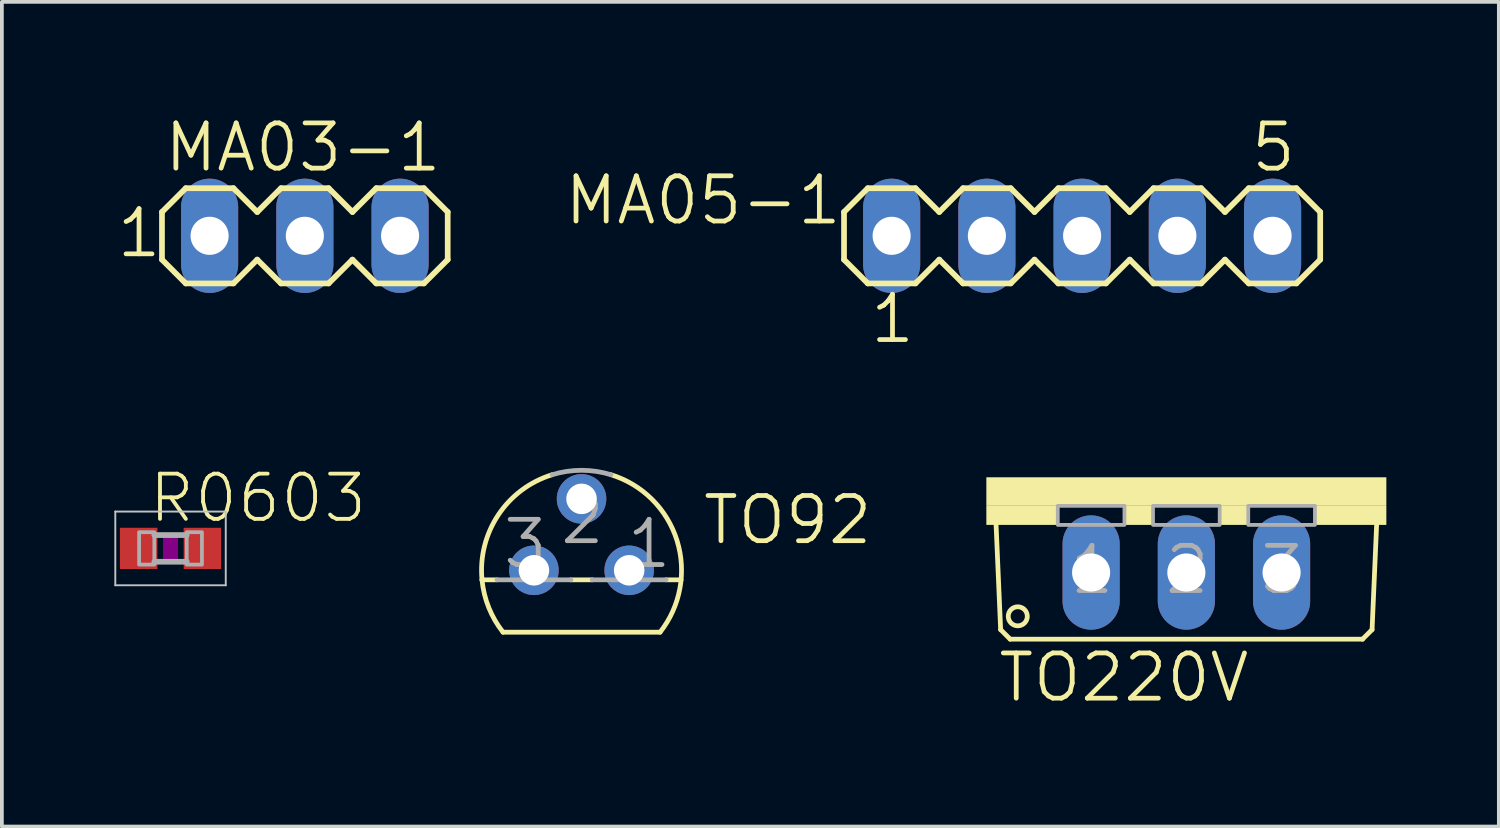
<source format=kicad_pcb>
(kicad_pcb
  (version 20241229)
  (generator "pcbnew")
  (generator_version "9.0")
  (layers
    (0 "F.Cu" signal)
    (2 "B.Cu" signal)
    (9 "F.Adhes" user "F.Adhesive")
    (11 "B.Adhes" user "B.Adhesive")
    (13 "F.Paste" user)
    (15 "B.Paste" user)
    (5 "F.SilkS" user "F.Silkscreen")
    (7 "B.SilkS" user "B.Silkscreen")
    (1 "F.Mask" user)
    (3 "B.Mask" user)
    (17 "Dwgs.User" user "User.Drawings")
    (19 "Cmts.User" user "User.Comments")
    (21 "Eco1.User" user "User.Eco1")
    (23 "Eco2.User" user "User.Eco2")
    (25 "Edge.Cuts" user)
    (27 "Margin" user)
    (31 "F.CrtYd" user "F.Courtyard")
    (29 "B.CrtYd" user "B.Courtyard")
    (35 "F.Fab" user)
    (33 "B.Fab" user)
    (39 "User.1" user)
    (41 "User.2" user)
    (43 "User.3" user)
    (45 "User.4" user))
  (footprint "R0603"
    (layer "F.Cu")
    (at 1.498 11.576)
    (property "Reference" "R0603" (at -0.635 -0.635 0) (layer "F.SilkS") (effects (font (size 1.206 1.206) (thickness 0.102)) (justify left bottom)))
    (attr through_hole)
    (fp_poly (pts (xy -0.2 0.4) (xy 0.2 0.4) (xy 0.2 -0.4) (xy -0.2 -0.4)) (stroke (width 0) (type solid)) (fill yes) (layer "F.Adhes"))
    (fp_line (start -1.473 -0.983) (end 1.473 -0.983) (stroke (width 0.051) (type solid)) (layer "Dwgs.User"))
    (fp_line (start -1.473 0.983) (end -1.473 -0.983) (stroke (width 0.051) (type solid)) (layer "Dwgs.User"))
    (fp_line (start 1.473 -0.983) (end 1.473 0.983) (stroke (width 0.051) (type solid)) (layer "Dwgs.User"))
    (fp_line (start 1.473 0.983) (end -1.473 0.983) (stroke (width 0.051) (type solid)) (layer "Dwgs.User"))
    (fp_line (start -0.432 0.356) (end 0.432 0.356) (stroke (width 0.152) (type solid)) (layer "F.Fab"))
    (fp_line (start 0.432 -0.356) (end -0.432 -0.356) (stroke (width 0.152) (type solid)) (layer "F.Fab"))
    (fp_poly (pts (xy -0.838 0.432) (xy -0.432 0.432) (xy -0.432 -0.432) (xy -0.838 -0.432)) (stroke (width 0.1) (type solid)) (fill no) (layer "F.Fab"))
    (fp_poly (pts (xy 0.432 0.432) (xy 0.838 0.432) (xy 0.838 -0.432) (xy 0.432 -0.432)) (stroke (width 0.1) (type solid)) (fill no) (layer "F.Fab"))
    (pad "1" smd rect (at -0.85 0) (size 1 1.1) (layers "F.Cu" "F.Mask" "F.Paste"))
    (pad "2" smd rect (at 0.85 0) (size 1 1.1) (layers "F.Cu" "F.Mask" "F.Paste")))
  (footprint "TO92"
    (layer "F.Cu")
    (at 12.46 12.16)
    (property "Reference" "TO92" (at 3.175 -0.635 0) (layer "F.SilkS") (effects (font (size 1.206 1.206) (thickness 0.127)) (justify left bottom)))
    (attr through_hole)
    (fp_line (start -2.655 0.254) (end -2.254 0.254) (stroke (width 0.127) (type solid)) (layer "F.SilkS"))
    (fp_line (start -2.095 1.651) (end 2.095 1.651) (stroke (width 0.127) (type solid)) (layer "F.SilkS"))
    (fp_line (start -0.286 0.254) (end 0.286 0.254) (stroke (width 0.127) (type solid)) (layer "F.SilkS"))
    (fp_line (start 2.254 0.254) (end 2.655 0.254) (stroke (width 0.127) (type solid)) (layer "F.SilkS"))
    (fp_arc (start -2.6549 0.254) (mid -2.219001 -1.479566) (end -0.786299 -2.548501) (stroke (width 0.127) (type solid)) (layer "F.SilkS"))
    (fp_arc (start -2.0946 1.651) (mid -2.475347 0.992847) (end -2.654901 0.254) (stroke (width 0.127) (type solid)) (layer "F.SilkS"))
    (fp_arc (start 0.7863 -2.5484) (mid 2.546275 -0.793203) (end 2.094499 1.651) (stroke (width 0.127) (type solid)) (layer "F.SilkS"))
    (fp_line (start -2.254 0.254) (end -0.286 0.254) (stroke (width 0.127) (type solid)) (layer "F.Fab"))
    (fp_line (start 0.286 0.254) (end 2.254 0.254) (stroke (width 0.127) (type solid)) (layer "F.Fab"))
    (fp_arc (start -0.7863 -2.5485) (mid 0 -2.667043) (end 0.7863 -2.5485) (stroke (width 0.127) (type solid)) (layer "F.Fab"))
    (fp_text user "1" (at 1.143 0 0) (layer "F.Fab") (effects (font (size 1.206 1.206) (thickness 0.127)) (justify left bottom)))
    (fp_text user "2" (at -0.635 -0.635 0) (layer "F.Fab") (effects (font (size 1.206 1.206) (thickness 0.127)) (justify left bottom)))
    (fp_text user "3" (at -2.159 0 0) (layer "F.Fab") (effects (font (size 1.206 1.206) (thickness 0.127)) (justify left bottom)))
    (pad "1" thru_hole circle (at 1.27 0) (size 1.321 1.321) (drill 0.813) (layers "*.Cu" "*.Mask"))
    (pad "2" thru_hole circle (at 0 -1.905) (size 1.321 1.321) (drill 0.813) (layers "*.Cu" "*.Mask"))
    (pad "3" thru_hole circle (at -1.27 0) (size 1.321 1.321) (drill 0.813) (layers "*.Cu" "*.Mask")))
  (footprint "MA05-1"
    (layer "F.Cu")
    (at 25.81 3.239)
    (property "Reference" "MA05-1" (at -6.35 -1.651 0) (layer "F.SilkS") (effects (font (size 1.206 1.206) (thickness 0.127)) (justify right top)))
    (attr through_hole)
    (fp_line (start -6.35 -0.635) (end -6.35 0.635) (stroke (width 0.152) (type solid)) (layer "F.SilkS"))
    (fp_line (start -6.35 0.635) (end -5.715 1.27) (stroke (width 0.152) (type solid)) (layer "F.SilkS"))
    (fp_line (start -5.715 -1.27) (end -6.35 -0.635) (stroke (width 0.152) (type solid)) (layer "F.SilkS"))
    (fp_line (start -5.715 -1.27) (end -4.445 -1.27) (stroke (width 0.152) (type solid)) (layer "F.SilkS"))
    (fp_line (start -4.445 -1.27) (end -3.81 -0.635) (stroke (width 0.152) (type solid)) (layer "F.SilkS"))
    (fp_line (start -4.445 1.27) (end -5.715 1.27) (stroke (width 0.152) (type solid)) (layer "F.SilkS"))
    (fp_line (start -3.81 -0.635) (end -3.175 -1.27) (stroke (width 0.152) (type solid)) (layer "F.SilkS"))
    (fp_line (start -3.81 0.635) (end -4.445 1.27) (stroke (width 0.152) (type solid)) (layer "F.SilkS"))
    (fp_line (start -3.175 -1.27) (end -1.905 -1.27) (stroke (width 0.152) (type solid)) (layer "F.SilkS"))
    (fp_line (start -3.175 1.27) (end -3.81 0.635) (stroke (width 0.152) (type solid)) (layer "F.SilkS"))
    (fp_line (start -1.905 -1.27) (end -1.27 -0.635) (stroke (width 0.152) (type solid)) (layer "F.SilkS"))
    (fp_line (start -1.905 1.27) (end -3.175 1.27) (stroke (width 0.152) (type solid)) (layer "F.SilkS"))
    (fp_line (start -1.27 -0.635) (end -0.635 -1.27) (stroke (width 0.152) (type solid)) (layer "F.SilkS"))
    (fp_line (start -1.27 0.635) (end -1.905 1.27) (stroke (width 0.152) (type solid)) (layer "F.SilkS"))
    (fp_line (start -0.635 -1.27) (end 0.635 -1.27) (stroke (width 0.152) (type solid)) (layer "F.SilkS"))
    (fp_line (start -0.635 1.27) (end -1.27 0.635) (stroke (width 0.152) (type solid)) (layer "F.SilkS"))
    (fp_line (start 0.635 -1.27) (end 1.27 -0.635) (stroke (width 0.152) (type solid)) (layer "F.SilkS"))
    (fp_line (start 0.635 1.27) (end -0.635 1.27) (stroke (width 0.152) (type solid)) (layer "F.SilkS"))
    (fp_line (start 1.27 0.635) (end 0.635 1.27) (stroke (width 0.152) (type solid)) (layer "F.SilkS"))
    (fp_line (start 1.27 0.635) (end 1.905 1.27) (stroke (width 0.152) (type solid)) (layer "F.SilkS"))
    (fp_line (start 1.905 -1.27) (end 1.27 -0.635) (stroke (width 0.152) (type solid)) (layer "F.SilkS"))
    (fp_line (start 1.905 -1.27) (end 3.175 -1.27) (stroke (width 0.152) (type solid)) (layer "F.SilkS"))
    (fp_line (start 3.175 -1.27) (end 3.81 -0.635) (stroke (width 0.152) (type solid)) (layer "F.SilkS"))
    (fp_line (start 3.175 1.27) (end 1.905 1.27) (stroke (width 0.152) (type solid)) (layer "F.SilkS"))
    (fp_line (start 3.81 -0.635) (end 4.445 -1.27) (stroke (width 0.152) (type solid)) (layer "F.SilkS"))
    (fp_line (start 3.81 0.635) (end 3.175 1.27) (stroke (width 0.152) (type solid)) (layer "F.SilkS"))
    (fp_line (start 4.445 -1.27) (end 5.715 -1.27) (stroke (width 0.152) (type solid)) (layer "F.SilkS"))
    (fp_line (start 4.445 1.27) (end 3.81 0.635) (stroke (width 0.152) (type solid)) (layer "F.SilkS"))
    (fp_line (start 5.715 -1.27) (end 6.35 -0.635) (stroke (width 0.152) (type solid)) (layer "F.SilkS"))
    (fp_line (start 5.715 1.27) (end 4.445 1.27) (stroke (width 0.152) (type solid)) (layer "F.SilkS"))
    (fp_line (start 6.35 -0.635) (end 6.35 0.635) (stroke (width 0.152) (type solid)) (layer "F.SilkS"))
    (fp_line (start 6.35 0.635) (end 5.715 1.27) (stroke (width 0.152) (type solid)) (layer "F.SilkS"))
    (fp_poly (pts (xy -5.334 0.254) (xy -4.826 0.254) (xy -4.826 -0.254) (xy -5.334 -0.254)) (stroke (width 0.1) (type solid)) (fill no) (layer "F.Fab"))
    (fp_poly (pts (xy -2.794 0.254) (xy -2.286 0.254) (xy -2.286 -0.254) (xy -2.794 -0.254)) (stroke (width 0.1) (type solid)) (fill no) (layer "F.Fab"))
    (fp_poly (pts (xy -0.254 0.254) (xy 0.254 0.254) (xy 0.254 -0.254) (xy -0.254 -0.254)) (stroke (width 0.1) (type solid)) (fill no) (layer "F.Fab"))
    (fp_poly (pts (xy 2.286 0.254) (xy 2.794 0.254) (xy 2.794 -0.254) (xy 2.286 -0.254)) (stroke (width 0.1) (type solid)) (fill no) (layer "F.Fab"))
    (fp_poly (pts (xy 4.826 0.254) (xy 5.334 0.254) (xy 5.334 -0.254) (xy 4.826 -0.254)) (stroke (width 0.1) (type solid)) (fill no) (layer "F.Fab"))
    (fp_text user "1" (at -5.715 2.921 0) (layer "F.SilkS") (effects (font (size 1.206 1.206) (thickness 0.127)) (justify left bottom)))
    (fp_text user "5" (at 4.445 -1.651 0) (layer "F.SilkS") (effects (font (size 1.206 1.206) (thickness 0.127)) (justify left bottom)))
    (pad "1" thru_hole oval (at -5.08 0 90) (size 3.048 1.524) (drill 1.016) (layers "*.Cu" "*.Mask"))
    (pad "2" thru_hole oval (at -2.54 0 90) (size 3.048 1.524) (drill 1.016) (layers "*.Cu" "*.Mask"))
    (pad "3" thru_hole oval (at 0 0 90) (size 3.048 1.524) (drill 1.016) (layers "*.Cu" "*.Mask"))
    (pad "4" thru_hole oval (at 2.54 0 90) (size 3.048 1.524) (drill 1.016) (layers "*.Cu" "*.Mask"))
    (pad "5" thru_hole oval (at 5.08 0 90) (size 3.048 1.524) (drill 1.016) (layers "*.Cu" "*.Mask")))
  (footprint "MA03-1"
    (layer "F.Cu")
    (at 5.08 3.239)
    (property "Reference" "MA03-1" (at -3.81 -1.651 0) (layer "F.SilkS") (effects (font (size 1.206 1.206) (thickness 0.127)) (justify left bottom)))
    (attr through_hole)
    (fp_line (start -3.81 -0.635) (end -3.81 0.635) (stroke (width 0.152) (type solid)) (layer "F.SilkS"))
    (fp_line (start -3.81 0.635) (end -3.175 1.27) (stroke (width 0.152) (type solid)) (layer "F.SilkS"))
    (fp_line (start -3.175 -1.27) (end -3.81 -0.635) (stroke (width 0.152) (type solid)) (layer "F.SilkS"))
    (fp_line (start -3.175 -1.27) (end -1.905 -1.27) (stroke (width 0.152) (type solid)) (layer "F.SilkS"))
    (fp_line (start -1.905 -1.27) (end -1.27 -0.635) (stroke (width 0.152) (type solid)) (layer "F.SilkS"))
    (fp_line (start -1.905 1.27) (end -3.175 1.27) (stroke (width 0.152) (type solid)) (layer "F.SilkS"))
    (fp_line (start -1.27 -0.635) (end -0.635 -1.27) (stroke (width 0.152) (type solid)) (layer "F.SilkS"))
    (fp_line (start -1.27 0.635) (end -1.905 1.27) (stroke (width 0.152) (type solid)) (layer "F.SilkS"))
    (fp_line (start -0.635 -1.27) (end 0.635 -1.27) (stroke (width 0.152) (type solid)) (layer "F.SilkS"))
    (fp_line (start -0.635 1.27) (end -1.27 0.635) (stroke (width 0.152) (type solid)) (layer "F.SilkS"))
    (fp_line (start 0.635 -1.27) (end 1.27 -0.635) (stroke (width 0.152) (type solid)) (layer "F.SilkS"))
    (fp_line (start 0.635 1.27) (end -0.635 1.27) (stroke (width 0.152) (type solid)) (layer "F.SilkS"))
    (fp_line (start 1.27 -0.635) (end 1.905 -1.27) (stroke (width 0.152) (type solid)) (layer "F.SilkS"))
    (fp_line (start 1.27 0.635) (end 0.635 1.27) (stroke (width 0.152) (type solid)) (layer "F.SilkS"))
    (fp_line (start 1.905 -1.27) (end 3.175 -1.27) (stroke (width 0.152) (type solid)) (layer "F.SilkS"))
    (fp_line (start 1.905 1.27) (end 1.27 0.635) (stroke (width 0.152) (type solid)) (layer "F.SilkS"))
    (fp_line (start 3.175 -1.27) (end 3.81 -0.635) (stroke (width 0.152) (type solid)) (layer "F.SilkS"))
    (fp_line (start 3.175 1.27) (end 1.905 1.27) (stroke (width 0.152) (type solid)) (layer "F.SilkS"))
    (fp_line (start 3.81 -0.635) (end 3.81 0.635) (stroke (width 0.152) (type solid)) (layer "F.SilkS"))
    (fp_line (start 3.81 0.635) (end 3.175 1.27) (stroke (width 0.152) (type solid)) (layer "F.SilkS"))
    (fp_poly (pts (xy -2.794 0.254) (xy -2.286 0.254) (xy -2.286 -0.254) (xy -2.794 -0.254)) (stroke (width 0.1) (type solid)) (fill no) (layer "F.Fab"))
    (fp_poly (pts (xy -0.254 0.254) (xy 0.254 0.254) (xy 0.254 -0.254) (xy -0.254 -0.254)) (stroke (width 0.1) (type solid)) (fill no) (layer "F.Fab"))
    (fp_poly (pts (xy 2.286 0.254) (xy 2.794 0.254) (xy 2.794 -0.254) (xy 2.286 -0.254)) (stroke (width 0.1) (type solid)) (fill no) (layer "F.Fab"))
    (fp_text user "1" (at -5.08 0.635 0) (layer "F.SilkS") (effects (font (size 1.206 1.206) (thickness 0.127)) (justify left bottom)))
    (pad "1" thru_hole oval (at -2.54 0 90) (size 3.048 1.524) (drill 1.016) (layers "*.Cu" "*.Mask"))
    (pad "2" thru_hole oval (at 0 0 90) (size 3.048 1.524) (drill 1.016) (layers "*.Cu" "*.Mask"))
    (pad "3" thru_hole oval (at 2.54 0 90) (size 3.048 1.524) (drill 1.016) (layers "*.Cu" "*.Mask")))
  (footprint "TO220V"
    (layer "F.Cu")
    (at 28.59 9.679)
    (property "Reference" "TO220V" (at -5.08 6.045 0) (layer "F.SilkS") (effects (font (size 1.206 1.206) (thickness 0.127)) (justify left bottom)))
    (attr through_hole)
    (fp_line (start -4.953 4.064) (end -5.08 1.143) (stroke (width 0.127) (type solid)) (layer "F.SilkS"))
    (fp_line (start -4.953 4.064) (end -4.699 4.318) (stroke (width 0.127) (type solid)) (layer "F.SilkS"))
    (fp_line (start 4.699 4.318) (end -4.699 4.318) (stroke (width 0.127) (type solid)) (layer "F.SilkS"))
    (fp_line (start 4.699 4.318) (end 4.953 4.064) (stroke (width 0.127) (type solid)) (layer "F.SilkS"))
    (fp_line (start 5.08 1.143) (end 4.953 4.064) (stroke (width 0.127) (type solid)) (layer "F.SilkS"))
    (fp_circle (center -4.496 3.708) (end -4.242 3.708) (stroke (width 0.127) (type solid)) (fill no) (layer "F.SilkS"))
    (fp_poly (pts (xy -5.334 0.762) (xy 5.334 0.762) (xy 5.334 0) (xy -5.334 0)) (stroke (width 0) (type solid)) (fill yes) (layer "F.SilkS"))
    (fp_poly (pts (xy -5.334 1.27) (xy -3.429 1.27) (xy -3.429 0.762) (xy -5.334 0.762)) (stroke (width 0) (type solid)) (fill yes) (layer "F.SilkS"))
    (fp_poly (pts (xy -1.651 1.27) (xy -0.889 1.27) (xy -0.889 0.762) (xy -1.651 0.762)) (stroke (width 0) (type solid)) (fill yes) (layer "F.SilkS"))
    (fp_poly (pts (xy 0.889 1.27) (xy 1.651 1.27) (xy 1.651 0.762) (xy 0.889 0.762)) (stroke (width 0) (type solid)) (fill yes) (layer "F.SilkS"))
    (fp_poly (pts (xy 3.429 1.27) (xy 5.334 1.27) (xy 5.334 0.762) (xy 3.429 0.762)) (stroke (width 0) (type solid)) (fill yes) (layer "F.SilkS"))
    (fp_poly (pts (xy -3.429 1.27) (xy -1.651 1.27) (xy -1.651 0.762) (xy -3.429 0.762)) (stroke (width 0.1) (type solid)) (fill no) (layer "F.Fab"))
    (fp_poly (pts (xy -0.889 1.27) (xy 0.889 1.27) (xy 0.889 0.762) (xy -0.889 0.762)) (stroke (width 0.1) (type solid)) (fill no) (layer "F.Fab"))
    (fp_poly (pts (xy 1.651 1.27) (xy 3.429 1.27) (xy 3.429 0.762) (xy 1.651 0.762)) (stroke (width 0.1) (type solid)) (fill no) (layer "F.Fab"))
    (fp_text user "2" (at -0.635 3.175 0) (layer "F.Fab") (effects (font (size 1.206 1.206) (thickness 0.127)) (justify left bottom)))
    (fp_text user "1" (at -3.175 3.175 0) (layer "F.Fab") (effects (font (size 1.206 1.206) (thickness 0.127)) (justify left bottom)))
    (fp_text user "3" (at 1.905 3.175 0) (layer "F.Fab") (effects (font (size 1.206 1.206) (thickness 0.127)) (justify left bottom)))
    (pad "1" thru_hole oval (at -2.54 2.54 90) (size 3.048 1.524) (drill 1.016) (layers "*.Cu" "*.Mask"))
    (pad "2" thru_hole oval (at 0 2.54 90) (size 3.048 1.524) (drill 1.016) (layers "*.Cu" "*.Mask"))
    (pad "3" thru_hole oval (at 2.54 2.54 90) (size 3.048 1.524) (drill 1.016) (layers "*.Cu" "*.Mask")))
  (gr_rect
    (start -3 -3)
    (end 36.924 18.994)
    (stroke (width 0.1) (type default))
    (fill no)
    (layer "Edge.Cuts")))
</source>
